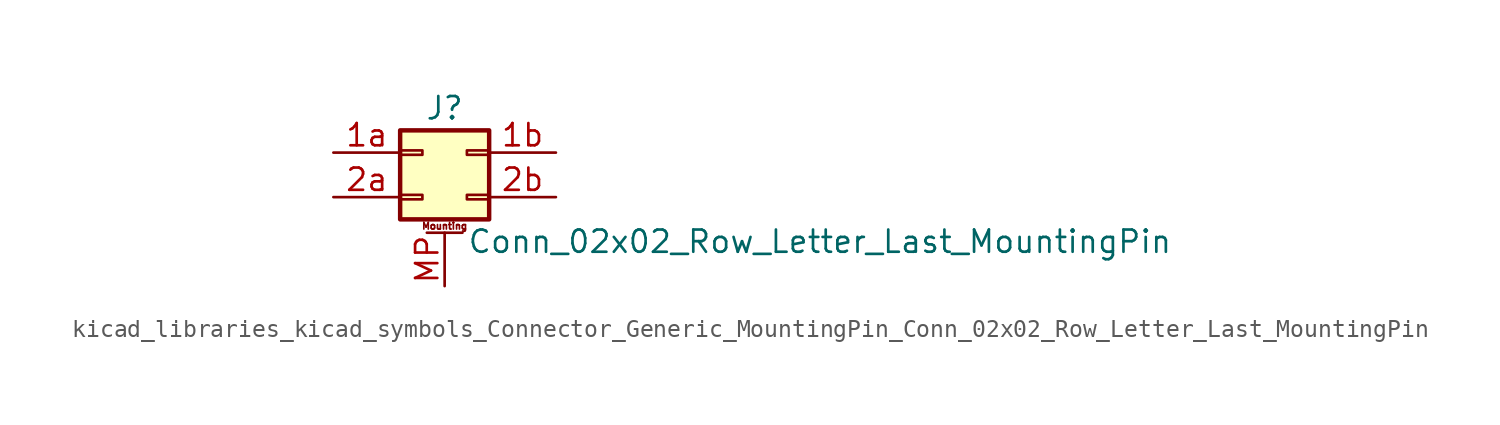
<source format=kicad_sym>
(kicad_symbol_lib
  (version 20220914)
  (generator kicad_symbol_editor)
  (symbol "kicad_libraries_kicad_symbols_Connector_Generic_MountingPin_Conn_02x02_Row_Letter_Last_MountingPin"
    (pin_names
      (offset 1.016) hide)
    (property "Reference" "J"
      (at 1.27 2.54 0)
      (effects (font (size 1.27 1.27))))
    (property "Value" "Conn_02x02_Row_Letter_Last_MountingPin"
      (at 2.54 -5.08 0)
      (effects (font (size 1.27 1.27)) (justify left)))
    (symbol "kicad_libraries_kicad_symbols_Connector_Generic_MountingPin_Conn_02x02_Row_Letter_Last_MountingPin_1_1"
      (rectangle (start -1.27 -2.413) (end 0 -2.667) (stroke (width 0.152) (type default)) (fill (type none)))
      (rectangle (start -1.27 0.127) (end 0 -0.127) (stroke (width 0.152) (type default)) (fill (type none)))
      (rectangle (start -1.27 1.27) (end 3.81 -3.81) (stroke (width 0.254) (type default)) (fill (type background)))
      (polyline (pts (xy 0.254 -4.572) (xy 2.286 -4.572)) (stroke (width 0.152) (type default)) (fill (type none)))
      (rectangle (start 3.81 -2.413) (end 2.54 -2.667) (stroke (width 0.152) (type default)) (fill (type none)))
      (rectangle (start 3.81 0.127) (end 2.54 -0.127) (stroke (width 0.152) (type default)) (fill (type none)))
      (text "Mounting" (at 1.27 -4.191 0) (effects (font (size 0.381 0.381))))
      (pin passive line (at -5.08 0 0) (length 3.81) (name "Pin_1a" (effects (font (size 1.27 1.27)))) (number "1a" (effects (font (size 1.27 1.27)))))
      (pin passive line (at 7.62 0 180) (length 3.81) (name "Pin_1b" (effects (font (size 1.27 1.27)))) (number "1b" (effects (font (size 1.27 1.27)))))
      (pin passive line (at -5.08 -2.54 0) (length 3.81) (name "Pin_2a" (effects (font (size 1.27 1.27)))) (number "2a" (effects (font (size 1.27 1.27)))))
      (pin passive line (at 7.62 -2.54 180) (length 3.81) (name "Pin_2b" (effects (font (size 1.27 1.27)))) (number "2b" (effects (font (size 1.27 1.27)))))
      (pin passive line (at 1.27 -7.62 90) (length 3.048) (name "MountPin" (effects (font (size 1.27 1.27)))) (number "MP" (effects (font (size 1.27 1.27))))))))
</source>
